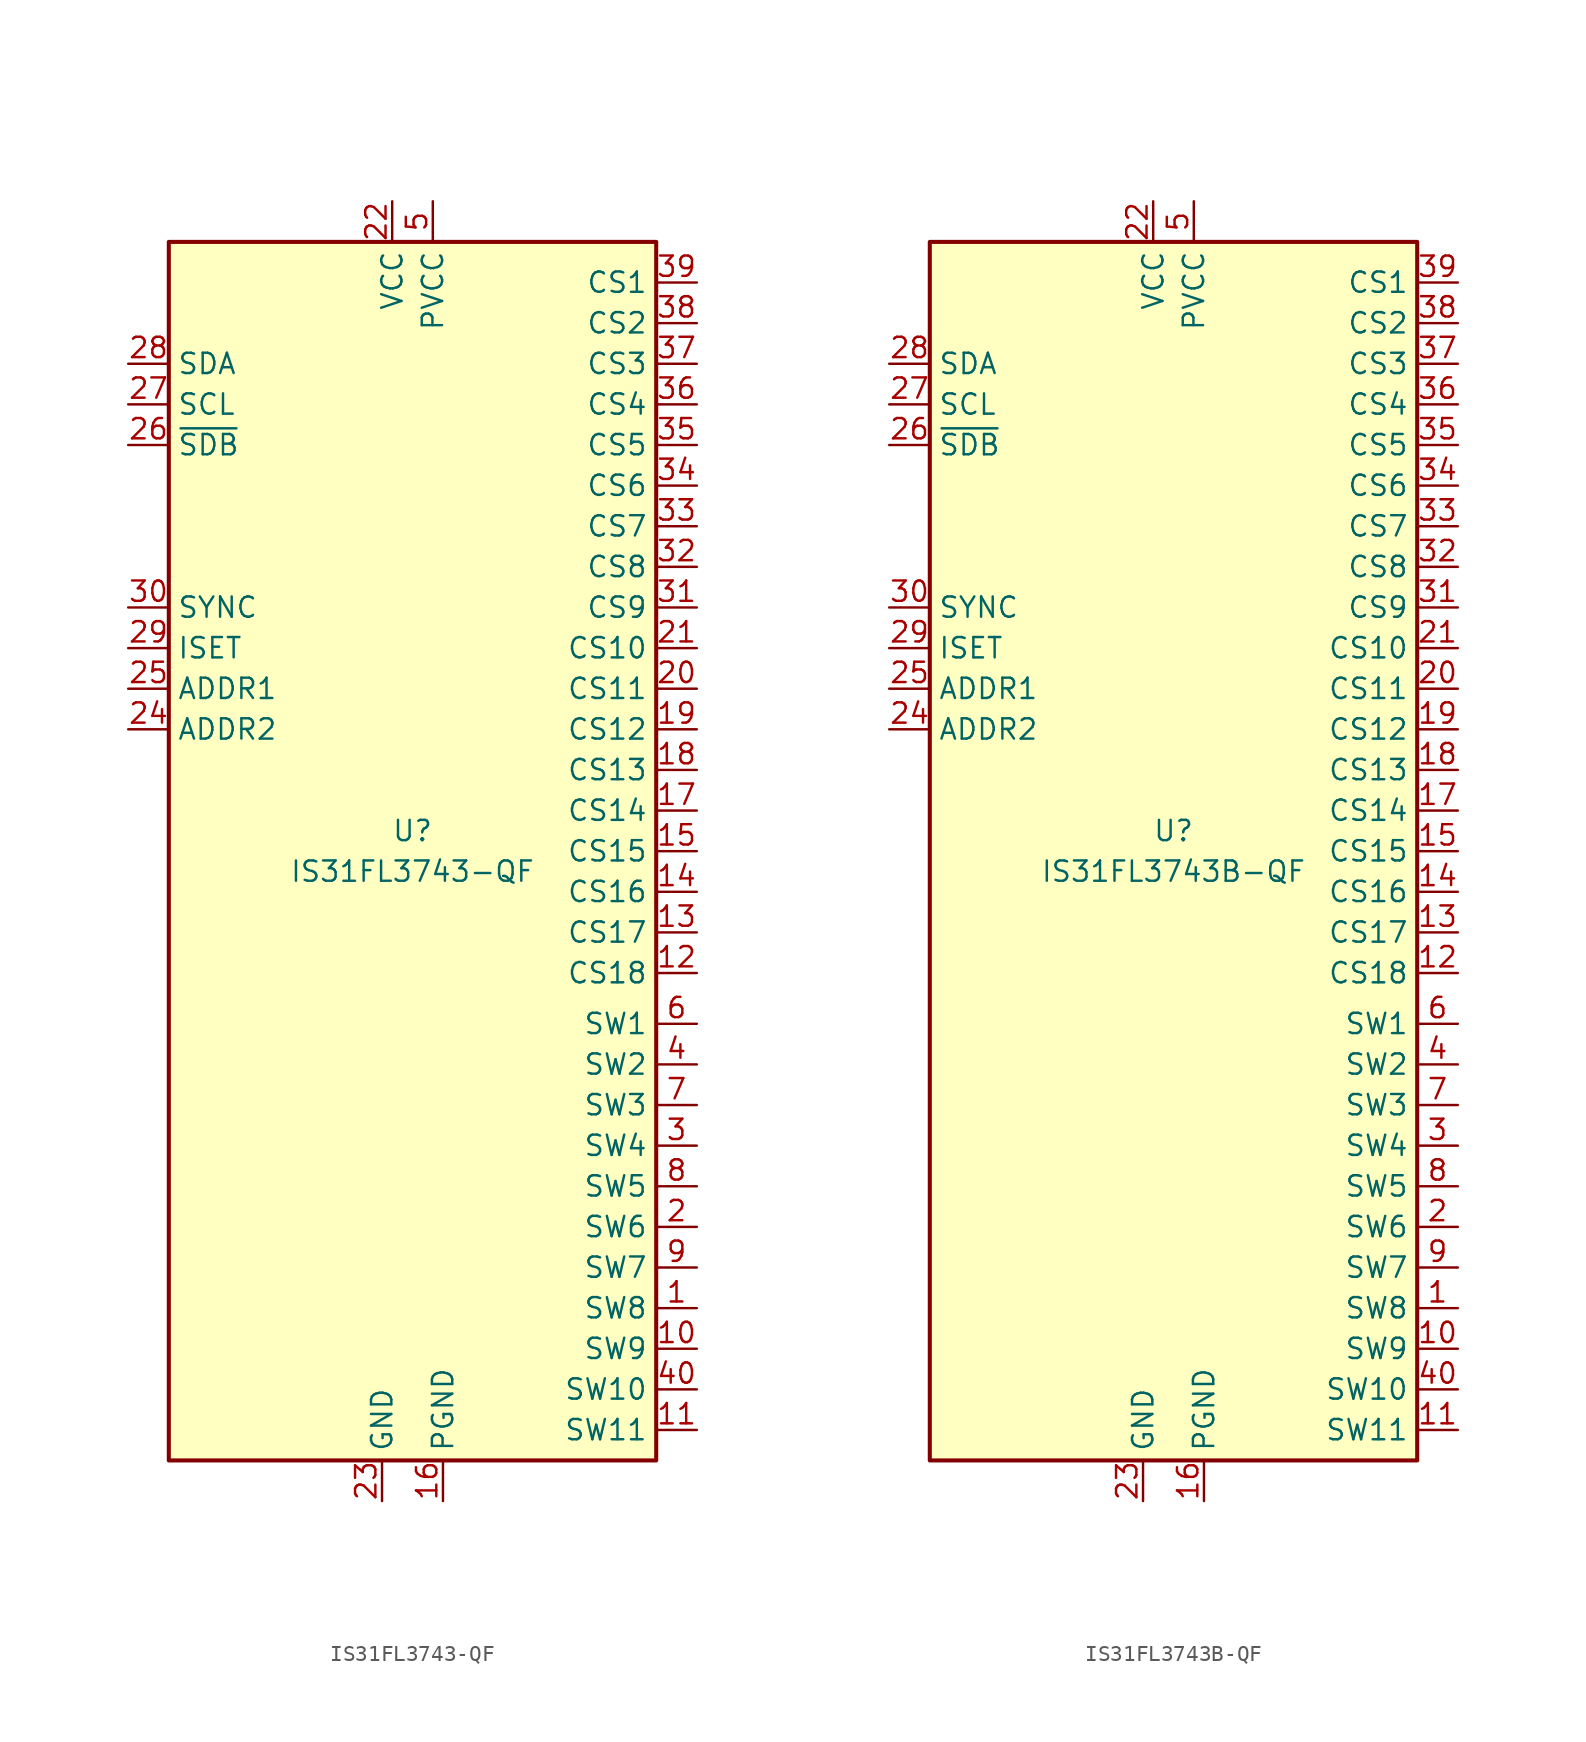
<source format=kicad_sym>
(kicad_symbol_lib
  (version 20211014)
  (generator kicad_symbol_editor)
  (symbol "IS31FL3743-QF"
    (property "Reference" "U"
      (at 0 1.27 0)
      (effects (font (size 1.27 1.27))))
    (property "Value" "IS31FL3743-QF"
      (at 0 -1.27 0)
      (effects (font (size 1.27 1.27))))
    (symbol "IS31FL3743-QF_0_1"
      (rectangle (start -15.24 38.1) (end 15.24 -38.1) (stroke (width 0.254) (type default) (color 0 0 0 0)) (fill (type background))))
    (symbol "IS31FL3743-QF_1_1"
      (pin input line (at 17.78 -28.575 180) (length 2.54) (name "SW8" (effects (font (size 1.27 1.27)))) (number "1" (effects (font (size 1.27 1.27)))))
      (pin input line (at 17.78 -31.115 180) (length 2.54) (name "SW9" (effects (font (size 1.27 1.27)))) (number "10" (effects (font (size 1.27 1.27)))))
      (pin input line (at 17.78 -36.195 180) (length 2.54) (name "SW11" (effects (font (size 1.27 1.27)))) (number "11" (effects (font (size 1.27 1.27)))))
      (pin output line (at 17.78 -7.62 180) (length 2.54) (name "CS18" (effects (font (size 1.27 1.27)))) (number "12" (effects (font (size 1.27 1.27)))))
      (pin output line (at 17.78 -5.08 180) (length 2.54) (name "CS17" (effects (font (size 1.27 1.27)))) (number "13" (effects (font (size 1.27 1.27)))))
      (pin output line (at 17.78 -2.54 180) (length 2.54) (name "CS16" (effects (font (size 1.27 1.27)))) (number "14" (effects (font (size 1.27 1.27)))))
      (pin output line (at 17.78 0 180) (length 2.54) (name "CS15" (effects (font (size 1.27 1.27)))) (number "15" (effects (font (size 1.27 1.27)))))
      (pin power_in line (at 1.905 -40.64 90) (length 2.54) (name "PGND" (effects (font (size 1.27 1.27)))) (number "16" (effects (font (size 1.27 1.27)))))
      (pin output line (at 17.78 2.54 180) (length 2.54) (name "CS14" (effects (font (size 1.27 1.27)))) (number "17" (effects (font (size 1.27 1.27)))))
      (pin output line (at 17.78 5.08 180) (length 2.54) (name "CS13" (effects (font (size 1.27 1.27)))) (number "18" (effects (font (size 1.27 1.27)))))
      (pin output line (at 17.78 7.62 180) (length 2.54) (name "CS12" (effects (font (size 1.27 1.27)))) (number "19" (effects (font (size 1.27 1.27)))))
      (pin input line (at 17.78 -23.495 180) (length 2.54) (name "SW6" (effects (font (size 1.27 1.27)))) (number "2" (effects (font (size 1.27 1.27)))))
      (pin output line (at 17.78 10.16 180) (length 2.54) (name "CS11" (effects (font (size 1.27 1.27)))) (number "20" (effects (font (size 1.27 1.27)))))
      (pin output line (at 17.78 12.7 180) (length 2.54) (name "CS10" (effects (font (size 1.27 1.27)))) (number "21" (effects (font (size 1.27 1.27)))))
      (pin power_in line (at -1.27 40.64 270) (length 2.54) (name "VCC" (effects (font (size 1.27 1.27)))) (number "22" (effects (font (size 1.27 1.27)))))
      (pin power_in line (at -1.905 -40.64 90) (length 2.54) (name "GND" (effects (font (size 1.27 1.27)))) (number "23" (effects (font (size 1.27 1.27)))))
      (pin input line (at -17.78 7.62 0) (length 2.54) (name "ADDR2" (effects (font (size 1.27 1.27)))) (number "24" (effects (font (size 1.27 1.27)))))
      (pin input line (at -17.78 10.16 0) (length 2.54) (name "ADDR1" (effects (font (size 1.27 1.27)))) (number "25" (effects (font (size 1.27 1.27)))))
      (pin input line (at -17.78 25.4 0) (length 2.54) (name "~{SDB}" (effects (font (size 1.27 1.27)))) (number "26" (effects (font (size 1.27 1.27)))))
      (pin input line (at -17.78 27.94 0) (length 2.54) (name "SCL" (effects (font (size 1.27 1.27)))) (number "27" (effects (font (size 1.27 1.27)))))
      (pin bidirectional line (at -17.78 30.48 0) (length 2.54) (name "SDA" (effects (font (size 1.27 1.27)))) (number "28" (effects (font (size 1.27 1.27)))))
      (pin passive line (at -17.78 12.7 0) (length 2.54) (name "ISET" (effects (font (size 1.27 1.27)))) (number "29" (effects (font (size 1.27 1.27)))))
      (pin input line (at 17.78 -18.415 180) (length 2.54) (name "SW4" (effects (font (size 1.27 1.27)))) (number "3" (effects (font (size 1.27 1.27)))))
      (pin input line (at -17.78 15.24 0) (length 2.54) (name "SYNC" (effects (font (size 1.27 1.27)))) (number "30" (effects (font (size 1.27 1.27)))))
      (pin output line (at 17.78 15.24 180) (length 2.54) (name "CS9" (effects (font (size 1.27 1.27)))) (number "31" (effects (font (size 1.27 1.27)))))
      (pin output line (at 17.78 17.78 180) (length 2.54) (name "CS8" (effects (font (size 1.27 1.27)))) (number "32" (effects (font (size 1.27 1.27)))))
      (pin output line (at 17.78 20.32 180) (length 2.54) (name "CS7" (effects (font (size 1.27 1.27)))) (number "33" (effects (font (size 1.27 1.27)))))
      (pin output line (at 17.78 22.86 180) (length 2.54) (name "CS6" (effects (font (size 1.27 1.27)))) (number "34" (effects (font (size 1.27 1.27)))))
      (pin output line (at 17.78 25.4 180) (length 2.54) (name "CS5" (effects (font (size 1.27 1.27)))) (number "35" (effects (font (size 1.27 1.27)))))
      (pin output line (at 17.78 27.94 180) (length 2.54) (name "CS4" (effects (font (size 1.27 1.27)))) (number "36" (effects (font (size 1.27 1.27)))))
      (pin output line (at 17.78 30.48 180) (length 2.54) (name "CS3" (effects (font (size 1.27 1.27)))) (number "37" (effects (font (size 1.27 1.27)))))
      (pin output line (at 17.78 33.02 180) (length 2.54) (name "CS2" (effects (font (size 1.27 1.27)))) (number "38" (effects (font (size 1.27 1.27)))))
      (pin output line (at 17.78 35.56 180) (length 2.54) (name "CS1" (effects (font (size 1.27 1.27)))) (number "39" (effects (font (size 1.27 1.27)))))
      (pin input line (at 17.78 -13.335 180) (length 2.54) (name "SW2" (effects (font (size 1.27 1.27)))) (number "4" (effects (font (size 1.27 1.27)))))
      (pin input line (at 17.78 -33.655 180) (length 2.54) (name "SW10" (effects (font (size 1.27 1.27)))) (number "40" (effects (font (size 1.27 1.27)))))
      (pin power_in line (at 1.27 40.64 270) (length 2.54) (name "PVCC" (effects (font (size 1.27 1.27)))) (number "5" (effects (font (size 1.27 1.27)))))
      (pin input line (at 17.78 -10.795 180) (length 2.54) (name "SW1" (effects (font (size 1.27 1.27)))) (number "6" (effects (font (size 1.27 1.27)))))
      (pin input line (at 17.78 -15.875 180) (length 2.54) (name "SW3" (effects (font (size 1.27 1.27)))) (number "7" (effects (font (size 1.27 1.27)))))
      (pin input line (at 17.78 -20.955 180) (length 2.54) (name "SW5" (effects (font (size 1.27 1.27)))) (number "8" (effects (font (size 1.27 1.27)))))
      (pin input line (at 17.78 -26.035 180) (length 2.54) (name "SW7" (effects (font (size 1.27 1.27)))) (number "9" (effects (font (size 1.27 1.27)))))))
  (symbol "IS31FL3743B-QF"
    (property "Reference" "U"
      (at 0 1.27 0)
      (effects (font (size 1.27 1.27))))
    (property "Value" "IS31FL3743B-QF"
      (at 0 -1.27 0)
      (effects (font (size 1.27 1.27))))
    (symbol "IS31FL3743B-QF_0_1"
      (rectangle (start -15.24 38.1) (end 15.24 -38.1) (stroke (width 0.254) (type default) (color 0 0 0 0)) (fill (type background))))
    (symbol "IS31FL3743B-QF_1_1"
      (pin input line (at 17.78 -28.575 180) (length 2.54) (name "SW8" (effects (font (size 1.27 1.27)))) (number "1" (effects (font (size 1.27 1.27)))))
      (pin input line (at 17.78 -31.115 180) (length 2.54) (name "SW9" (effects (font (size 1.27 1.27)))) (number "10" (effects (font (size 1.27 1.27)))))
      (pin input line (at 17.78 -36.195 180) (length 2.54) (name "SW11" (effects (font (size 1.27 1.27)))) (number "11" (effects (font (size 1.27 1.27)))))
      (pin output line (at 17.78 -7.62 180) (length 2.54) (name "CS18" (effects (font (size 1.27 1.27)))) (number "12" (effects (font (size 1.27 1.27)))))
      (pin output line (at 17.78 -5.08 180) (length 2.54) (name "CS17" (effects (font (size 1.27 1.27)))) (number "13" (effects (font (size 1.27 1.27)))))
      (pin output line (at 17.78 -2.54 180) (length 2.54) (name "CS16" (effects (font (size 1.27 1.27)))) (number "14" (effects (font (size 1.27 1.27)))))
      (pin output line (at 17.78 0 180) (length 2.54) (name "CS15" (effects (font (size 1.27 1.27)))) (number "15" (effects (font (size 1.27 1.27)))))
      (pin power_in line (at 1.905 -40.64 90) (length 2.54) (name "PGND" (effects (font (size 1.27 1.27)))) (number "16" (effects (font (size 1.27 1.27)))))
      (pin output line (at 17.78 2.54 180) (length 2.54) (name "CS14" (effects (font (size 1.27 1.27)))) (number "17" (effects (font (size 1.27 1.27)))))
      (pin output line (at 17.78 5.08 180) (length 2.54) (name "CS13" (effects (font (size 1.27 1.27)))) (number "18" (effects (font (size 1.27 1.27)))))
      (pin output line (at 17.78 7.62 180) (length 2.54) (name "CS12" (effects (font (size 1.27 1.27)))) (number "19" (effects (font (size 1.27 1.27)))))
      (pin input line (at 17.78 -23.495 180) (length 2.54) (name "SW6" (effects (font (size 1.27 1.27)))) (number "2" (effects (font (size 1.27 1.27)))))
      (pin output line (at 17.78 10.16 180) (length 2.54) (name "CS11" (effects (font (size 1.27 1.27)))) (number "20" (effects (font (size 1.27 1.27)))))
      (pin output line (at 17.78 12.7 180) (length 2.54) (name "CS10" (effects (font (size 1.27 1.27)))) (number "21" (effects (font (size 1.27 1.27)))))
      (pin power_in line (at -1.27 40.64 270) (length 2.54) (name "VCC" (effects (font (size 1.27 1.27)))) (number "22" (effects (font (size 1.27 1.27)))))
      (pin power_in line (at -1.905 -40.64 90) (length 2.54) (name "GND" (effects (font (size 1.27 1.27)))) (number "23" (effects (font (size 1.27 1.27)))))
      (pin input line (at -17.78 7.62 0) (length 2.54) (name "ADDR2" (effects (font (size 1.27 1.27)))) (number "24" (effects (font (size 1.27 1.27)))))
      (pin input line (at -17.78 10.16 0) (length 2.54) (name "ADDR1" (effects (font (size 1.27 1.27)))) (number "25" (effects (font (size 1.27 1.27)))))
      (pin input line (at -17.78 25.4 0) (length 2.54) (name "~{SDB}" (effects (font (size 1.27 1.27)))) (number "26" (effects (font (size 1.27 1.27)))))
      (pin input line (at -17.78 27.94 0) (length 2.54) (name "SCL" (effects (font (size 1.27 1.27)))) (number "27" (effects (font (size 1.27 1.27)))))
      (pin bidirectional line (at -17.78 30.48 0) (length 2.54) (name "SDA" (effects (font (size 1.27 1.27)))) (number "28" (effects (font (size 1.27 1.27)))))
      (pin passive line (at -17.78 12.7 0) (length 2.54) (name "ISET" (effects (font (size 1.27 1.27)))) (number "29" (effects (font (size 1.27 1.27)))))
      (pin input line (at 17.78 -18.415 180) (length 2.54) (name "SW4" (effects (font (size 1.27 1.27)))) (number "3" (effects (font (size 1.27 1.27)))))
      (pin input line (at -17.78 15.24 0) (length 2.54) (name "SYNC" (effects (font (size 1.27 1.27)))) (number "30" (effects (font (size 1.27 1.27)))))
      (pin output line (at 17.78 15.24 180) (length 2.54) (name "CS9" (effects (font (size 1.27 1.27)))) (number "31" (effects (font (size 1.27 1.27)))))
      (pin output line (at 17.78 17.78 180) (length 2.54) (name "CS8" (effects (font (size 1.27 1.27)))) (number "32" (effects (font (size 1.27 1.27)))))
      (pin output line (at 17.78 20.32 180) (length 2.54) (name "CS7" (effects (font (size 1.27 1.27)))) (number "33" (effects (font (size 1.27 1.27)))))
      (pin output line (at 17.78 22.86 180) (length 2.54) (name "CS6" (effects (font (size 1.27 1.27)))) (number "34" (effects (font (size 1.27 1.27)))))
      (pin output line (at 17.78 25.4 180) (length 2.54) (name "CS5" (effects (font (size 1.27 1.27)))) (number "35" (effects (font (size 1.27 1.27)))))
      (pin output line (at 17.78 27.94 180) (length 2.54) (name "CS4" (effects (font (size 1.27 1.27)))) (number "36" (effects (font (size 1.27 1.27)))))
      (pin output line (at 17.78 30.48 180) (length 2.54) (name "CS3" (effects (font (size 1.27 1.27)))) (number "37" (effects (font (size 1.27 1.27)))))
      (pin output line (at 17.78 33.02 180) (length 2.54) (name "CS2" (effects (font (size 1.27 1.27)))) (number "38" (effects (font (size 1.27 1.27)))))
      (pin output line (at 17.78 35.56 180) (length 2.54) (name "CS1" (effects (font (size 1.27 1.27)))) (number "39" (effects (font (size 1.27 1.27)))))
      (pin input line (at 17.78 -13.335 180) (length 2.54) (name "SW2" (effects (font (size 1.27 1.27)))) (number "4" (effects (font (size 1.27 1.27)))))
      (pin input line (at 17.78 -33.655 180) (length 2.54) (name "SW10" (effects (font (size 1.27 1.27)))) (number "40" (effects (font (size 1.27 1.27)))))
      (pin power_in line (at 1.27 40.64 270) (length 2.54) (name "PVCC" (effects (font (size 1.27 1.27)))) (number "5" (effects (font (size 1.27 1.27)))))
      (pin input line (at 17.78 -10.795 180) (length 2.54) (name "SW1" (effects (font (size 1.27 1.27)))) (number "6" (effects (font (size 1.27 1.27)))))
      (pin input line (at 17.78 -15.875 180) (length 2.54) (name "SW3" (effects (font (size 1.27 1.27)))) (number "7" (effects (font (size 1.27 1.27)))))
      (pin input line (at 17.78 -20.955 180) (length 2.54) (name "SW5" (effects (font (size 1.27 1.27)))) (number "8" (effects (font (size 1.27 1.27)))))
      (pin input line (at 17.78 -26.035 180) (length 2.54) (name "SW7" (effects (font (size 1.27 1.27)))) (number "9" (effects (font (size 1.27 1.27))))))))
</source>
